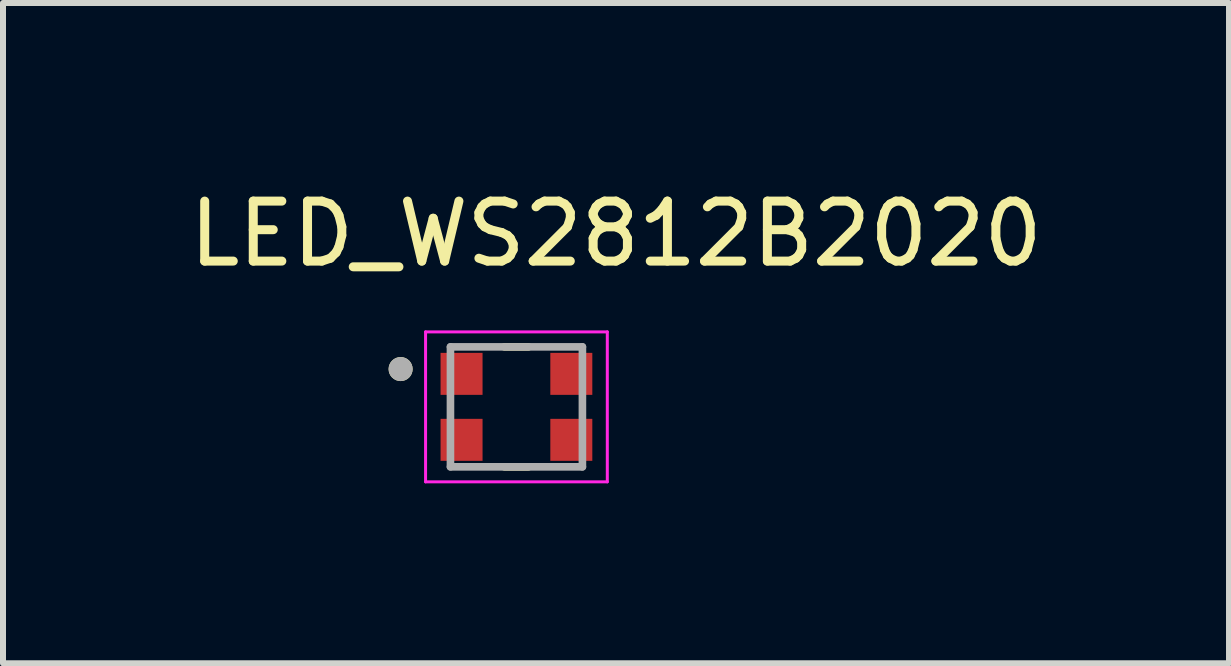
<source format=kicad_pcb>
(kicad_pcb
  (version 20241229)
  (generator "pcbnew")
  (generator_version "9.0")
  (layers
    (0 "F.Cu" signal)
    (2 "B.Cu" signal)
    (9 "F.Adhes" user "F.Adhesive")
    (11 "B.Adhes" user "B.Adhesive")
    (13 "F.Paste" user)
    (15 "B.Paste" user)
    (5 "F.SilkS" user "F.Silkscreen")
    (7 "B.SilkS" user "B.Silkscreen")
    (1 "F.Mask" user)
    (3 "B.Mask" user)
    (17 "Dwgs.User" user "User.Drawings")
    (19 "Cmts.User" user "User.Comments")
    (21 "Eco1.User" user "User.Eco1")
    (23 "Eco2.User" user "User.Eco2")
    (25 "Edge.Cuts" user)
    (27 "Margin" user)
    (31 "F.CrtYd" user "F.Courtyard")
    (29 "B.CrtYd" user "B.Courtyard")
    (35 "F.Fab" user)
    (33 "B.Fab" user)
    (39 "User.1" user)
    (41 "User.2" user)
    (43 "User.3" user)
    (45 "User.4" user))
  (footprint "LED_WS2812B2020"
    (layer "F.Cu")
    (at 5.56 3.733)
    (property "Reference" "LED_WS2812B2020" (at 1.66 -2.885 0) (layer "F.SilkS") (effects (font (size 1 1) (thickness 0.15))))
    (attr smd)
    (fp_line (start -0.2 -1) (end 0.2 -1) (stroke (width 0.127) (type solid)) (layer "F.SilkS"))
    (fp_line (start -0.2 1) (end 0.2 1) (stroke (width 0.127) (type solid)) (layer "F.SilkS"))
    (fp_circle (center -1.931 -0.63) (end -1.831 -0.63) (stroke (width 0.2) (type solid)) (fill no) (layer "F.SilkS"))
    (fp_line (start -1.515 -1.25) (end -1.515 1.25) (stroke (width 0.05) (type solid)) (layer "F.CrtYd"))
    (fp_line (start -1.515 1.25) (end 1.515 1.25) (stroke (width 0.05) (type solid)) (layer "F.CrtYd"))
    (fp_line (start 1.515 -1.25) (end -1.515 -1.25) (stroke (width 0.05) (type solid)) (layer "F.CrtYd"))
    (fp_line (start 1.515 1.25) (end 1.515 -1.25) (stroke (width 0.05) (type solid)) (layer "F.CrtYd"))
    (fp_line (start -1.1 -1) (end 1.1 -1) (stroke (width 0.127) (type solid)) (layer "F.Fab"))
    (fp_line (start -1.1 1) (end -1.1 -1) (stroke (width 0.127) (type solid)) (layer "F.Fab"))
    (fp_line (start 1.1 -1) (end 1.1 1) (stroke (width 0.127) (type solid)) (layer "F.Fab"))
    (fp_line (start 1.1 1) (end -1.1 1) (stroke (width 0.127) (type solid)) (layer "F.Fab"))
    (fp_circle (center -1.931 -0.63) (end -1.831 -0.63) (stroke (width 0.2) (type solid)) (fill no) (layer "F.Fab"))
    (pad "1" smd rect (at -0.915 -0.55) (size 0.7 0.7) (layers "F.Cu" "F.Mask" "F.Paste"))
    (pad "2" smd rect (at -0.915 0.55) (size 0.7 0.7) (layers "F.Cu" "F.Mask" "F.Paste"))
    (pad "3" smd rect (at 0.915 0.55) (size 0.7 0.7) (layers "F.Cu" "F.Mask" "F.Paste"))
    (pad "4" smd rect (at 0.915 -0.55) (size 0.7 0.7) (layers "F.Cu" "F.Mask" "F.Paste")))
  (gr_rect
    (start -3 -3)
    (end 17.44 8.008)
    (stroke (width 0.1) (type default))
    (fill no)
    (layer "Edge.Cuts")))
</source>
